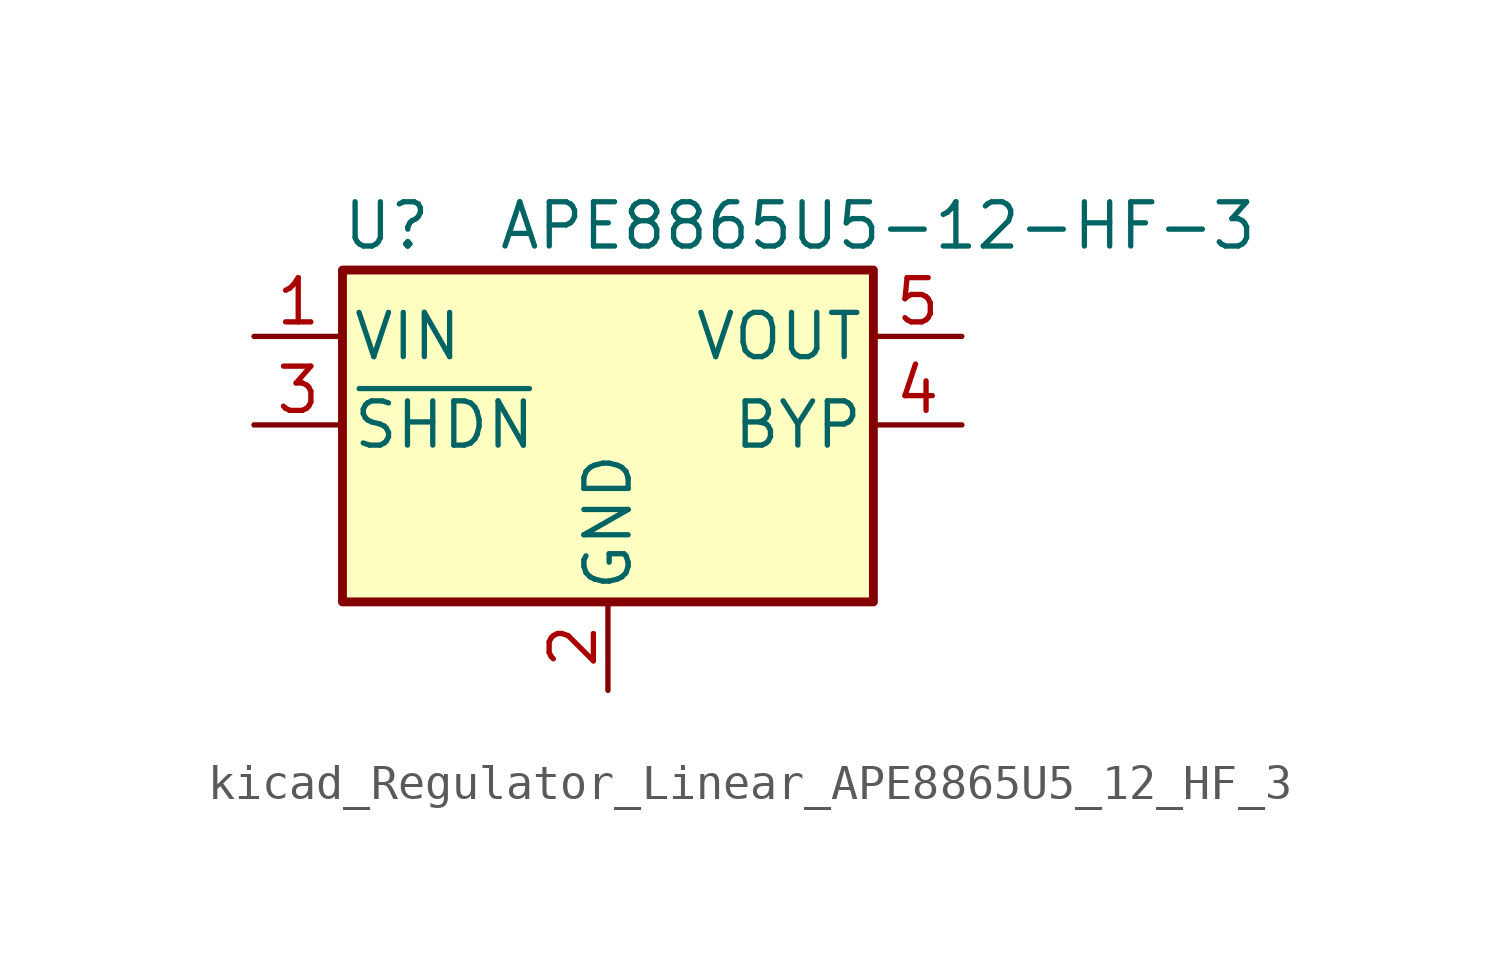
<source format=kicad_sym>
(kicad_symbol_lib
  (version 20220914)
  (generator kicad_symbol_editor)
  (symbol "kicad_Regulator_Linear_APE8865U5_12_HF_3"
    (pin_names
      (offset 0.254))
    (property "Reference" "U"
      (at -6.35 5.715 0)
      (effects (font (size 1.27 1.27))))
    (property "Value" "APE8865U5-12-HF-3"
      (at -3.175 5.715 0)
      (effects (font (size 1.27 1.27)) (justify left)))
    (symbol "kicad_Regulator_Linear_APE8865U5_12_HF_3_0_1"
      (rectangle (start -7.62 4.445) (end 7.62 -5.08) (stroke (width 0.254) (type default)) (fill (type background))))
    (symbol "kicad_Regulator_Linear_APE8865U5_12_HF_3_1_1"
      (pin power_in line (at -10.16 2.54 0) (length 2.54) (name "VIN" (effects (font (size 1.27 1.27)))) (number "1" (effects (font (size 1.27 1.27)))))
      (pin power_in line (at 0 -7.62 90) (length 2.54) (name "GND" (effects (font (size 1.27 1.27)))) (number "2" (effects (font (size 1.27 1.27)))))
      (pin input line (at -10.16 0 0) (length 2.54) (name "~{SHDN}" (effects (font (size 1.27 1.27)))) (number "3" (effects (font (size 1.27 1.27)))))
      (pin input line (at 10.16 0 180) (length 2.54) (name "BYP" (effects (font (size 1.27 1.27)))) (number "4" (effects (font (size 1.27 1.27)))))
      (pin power_out line (at 10.16 2.54 180) (length 2.54) (name "VOUT" (effects (font (size 1.27 1.27)))) (number "5" (effects (font (size 1.27 1.27))))))))
</source>
